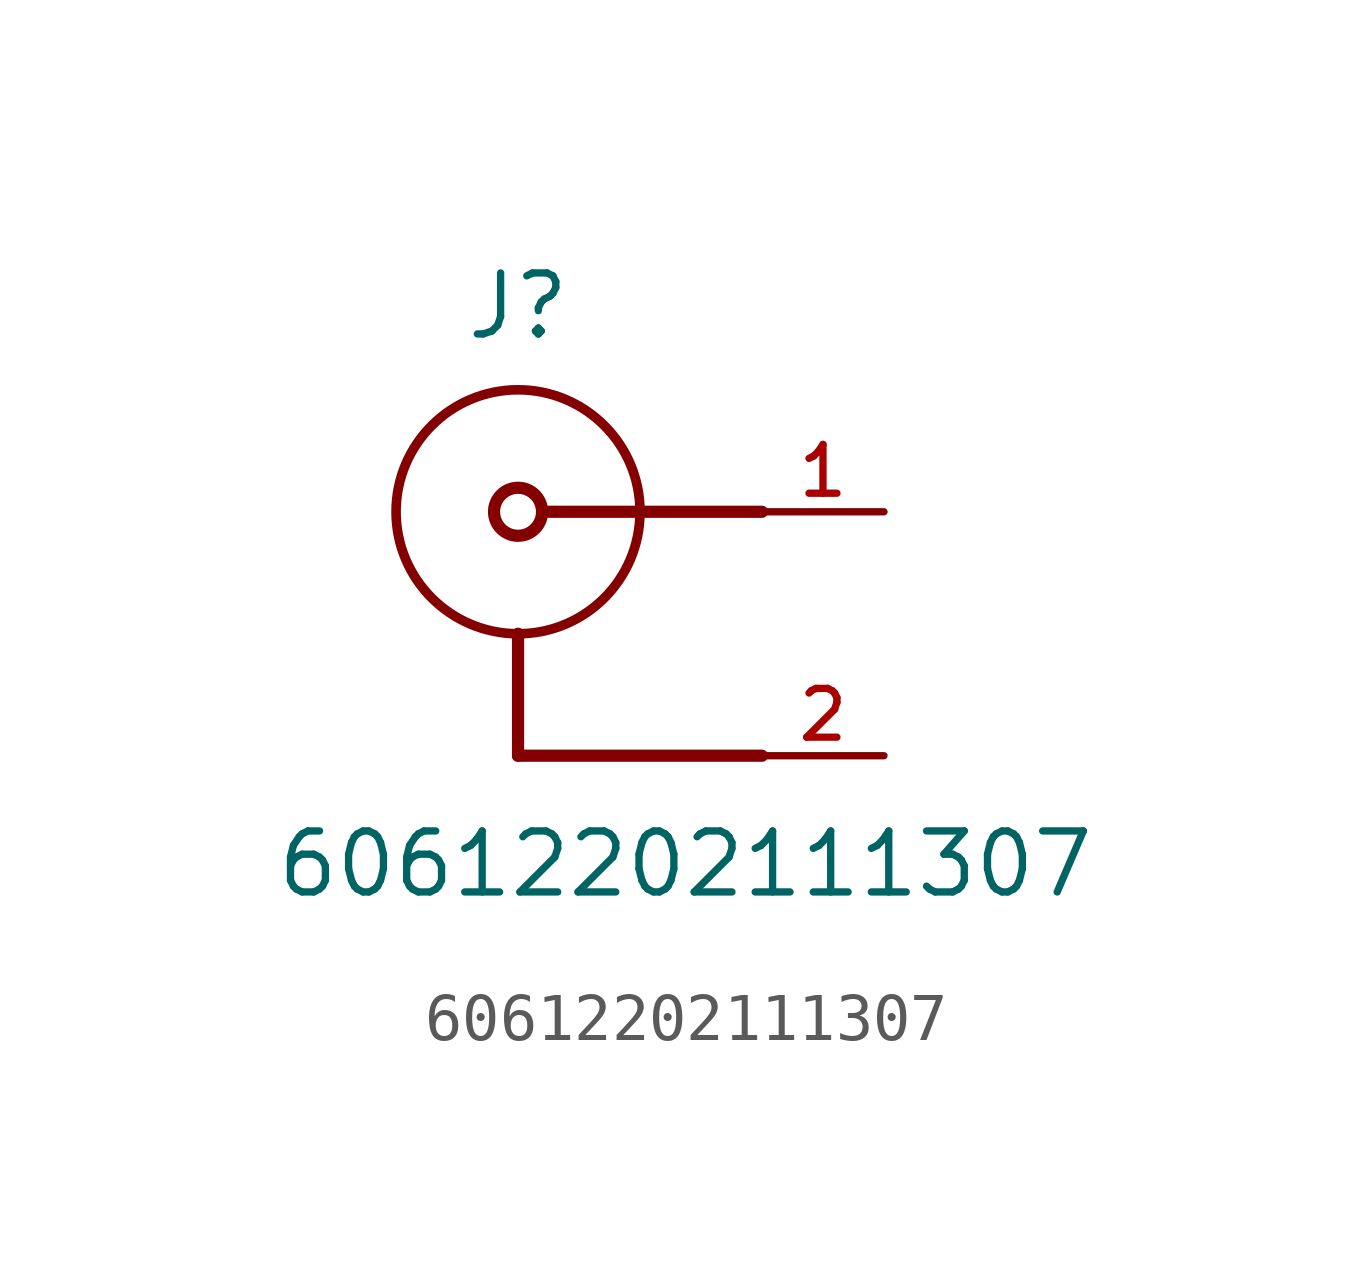
<source format=kicad_sym>
(kicad_symbol_lib
  (version 20211014)
  (generator kicad_symbol_editor)
  (symbol "60612202111307"
    (pin_names
      (offset 1.016))
    (property "Reference" "J"
      (at 0.0 3.54 0)
      (effects (font (size 1.27 1.27)) (justify bottom)))
    (property "Value" "60612202111307"
      (at -5.08 -8.08 0)
      (effects (font (size 1.27 1.27)) (justify bottom left)))
    (symbol "60612202111307_0_0"
      (circle (center 0.0 0.0) (radius 2.54) (stroke (width 0.2)) (fill (type none)))
      (circle (center 0.0 0.0) (radius 0.5) (stroke (width 0.254)) (fill (type none)))
      (polyline (pts (xy 0.0 -2.54) (xy 0.0 -5.08)) (stroke (width 0.254)))
      (polyline (pts (xy 0.0 -5.08) (xy 5.08 -5.08)) (stroke (width 0.254)))
      (polyline (pts (xy 5.08 0.0) (xy 0.54 0.0)) (stroke (width 0.254)))
      (pin passive line (at 7.62 0.0 180.0) (length 2.54) (name "~" (effects (font (size 1.016 1.016)))) (number "1" (effects (font (size 1.016 1.016)))))
      (pin passive line (at 7.62 -5.08 180.0) (length 2.54) (name "~" (effects (font (size 1.016 1.016)))) (number "2" (effects (font (size 1.016 1.016)))))
      (pin passive line (at 7.62 -5.08 180.0) (length 2.54) hide (name "~" (effects (font (size 1.016 1.016)))) (number "3" (effects (font (size 1.016 1.016))))))))
</source>
